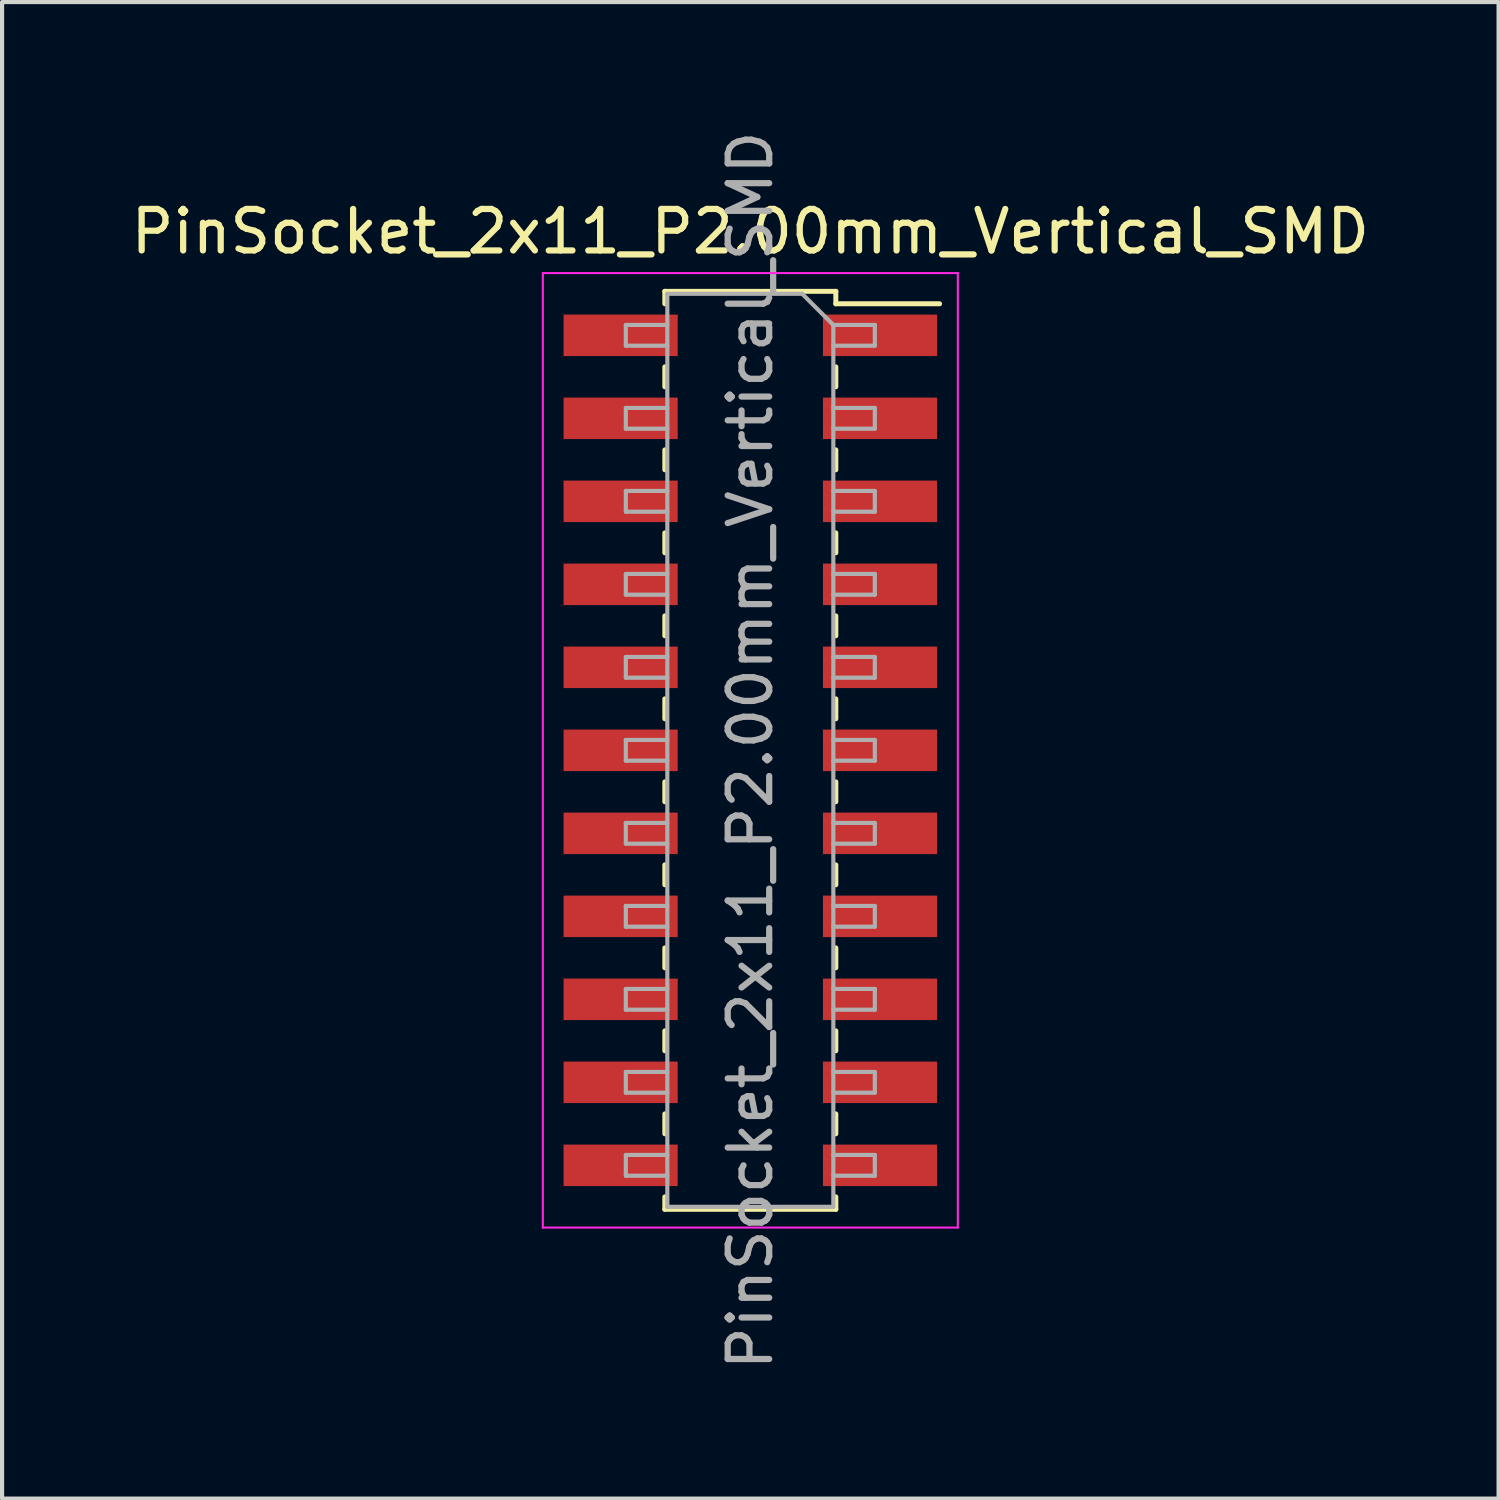
<source format=kicad_pcb>
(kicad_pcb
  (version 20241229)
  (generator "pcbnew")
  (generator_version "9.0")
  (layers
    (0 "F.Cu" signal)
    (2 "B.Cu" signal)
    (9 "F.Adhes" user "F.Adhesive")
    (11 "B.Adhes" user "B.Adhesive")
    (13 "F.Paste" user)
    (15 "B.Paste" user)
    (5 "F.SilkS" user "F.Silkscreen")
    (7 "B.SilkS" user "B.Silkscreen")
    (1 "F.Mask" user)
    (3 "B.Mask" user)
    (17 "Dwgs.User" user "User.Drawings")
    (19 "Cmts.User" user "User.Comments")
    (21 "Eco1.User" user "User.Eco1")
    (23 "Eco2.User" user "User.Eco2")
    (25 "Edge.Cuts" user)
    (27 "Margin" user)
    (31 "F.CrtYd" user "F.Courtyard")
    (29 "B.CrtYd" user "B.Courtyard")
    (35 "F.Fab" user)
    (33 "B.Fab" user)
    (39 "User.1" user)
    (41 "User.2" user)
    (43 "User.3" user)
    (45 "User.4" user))
  (footprint "PinSocket_2x11_P2.00mm_Vertical_SMD"
    (layer "F.Cu")
    (at 15.03 15.03)
    (property "Reference" "PinSocket_2x11_P2.00mm_Vertical_SMD" (at 0 -12.5 0) (layer "F.SilkS") (effects (font (size 1 1) (thickness 0.15))))
    (attr smd)
    (fp_line (start -2.06 -11.06) (end 2.06 -11.06) (stroke (width 0.12) (type solid)) (layer "F.SilkS"))
    (fp_line (start -2.06 -10.76) (end -2.06 -11.06) (stroke (width 0.12) (type solid)) (layer "F.SilkS"))
    (fp_line (start -2.06 -9.24) (end -2.06 -8.76) (stroke (width 0.12) (type solid)) (layer "F.SilkS"))
    (fp_line (start -2.06 -7.24) (end -2.06 -6.76) (stroke (width 0.12) (type solid)) (layer "F.SilkS"))
    (fp_line (start -2.06 -5.24) (end -2.06 -4.76) (stroke (width 0.12) (type solid)) (layer "F.SilkS"))
    (fp_line (start -2.06 -3.24) (end -2.06 -2.76) (stroke (width 0.12) (type solid)) (layer "F.SilkS"))
    (fp_line (start -2.06 -1.24) (end -2.06 -0.76) (stroke (width 0.12) (type solid)) (layer "F.SilkS"))
    (fp_line (start -2.06 0.76) (end -2.06 1.24) (stroke (width 0.12) (type solid)) (layer "F.SilkS"))
    (fp_line (start -2.06 2.76) (end -2.06 3.24) (stroke (width 0.12) (type solid)) (layer "F.SilkS"))
    (fp_line (start -2.06 4.76) (end -2.06 5.24) (stroke (width 0.12) (type solid)) (layer "F.SilkS"))
    (fp_line (start -2.06 6.76) (end -2.06 7.24) (stroke (width 0.12) (type solid)) (layer "F.SilkS"))
    (fp_line (start -2.06 8.76) (end -2.06 9.24) (stroke (width 0.12) (type solid)) (layer "F.SilkS"))
    (fp_line (start -2.06 11.06) (end -2.06 10.76) (stroke (width 0.12) (type solid)) (layer "F.SilkS"))
    (fp_line (start 2.06 -11.06) (end 2.06 -10.76) (stroke (width 0.12) (type solid)) (layer "F.SilkS"))
    (fp_line (start 2.06 -10.76) (end 4.56 -10.76) (stroke (width 0.12) (type solid)) (layer "F.SilkS"))
    (fp_line (start 2.06 -8.76) (end 2.06 -9.24) (stroke (width 0.12) (type solid)) (layer "F.SilkS"))
    (fp_line (start 2.06 -6.76) (end 2.06 -7.24) (stroke (width 0.12) (type solid)) (layer "F.SilkS"))
    (fp_line (start 2.06 -4.76) (end 2.06 -5.24) (stroke (width 0.12) (type solid)) (layer "F.SilkS"))
    (fp_line (start 2.06 -2.76) (end 2.06 -3.24) (stroke (width 0.12) (type solid)) (layer "F.SilkS"))
    (fp_line (start 2.06 -0.76) (end 2.06 -1.24) (stroke (width 0.12) (type solid)) (layer "F.SilkS"))
    (fp_line (start 2.06 1.24) (end 2.06 0.76) (stroke (width 0.12) (type solid)) (layer "F.SilkS"))
    (fp_line (start 2.06 3.24) (end 2.06 2.76) (stroke (width 0.12) (type solid)) (layer "F.SilkS"))
    (fp_line (start 2.06 5.24) (end 2.06 4.76) (stroke (width 0.12) (type solid)) (layer "F.SilkS"))
    (fp_line (start 2.06 7.24) (end 2.06 6.76) (stroke (width 0.12) (type solid)) (layer "F.SilkS"))
    (fp_line (start 2.06 9.24) (end 2.06 8.76) (stroke (width 0.12) (type solid)) (layer "F.SilkS"))
    (fp_line (start 2.06 10.76) (end 2.06 11.06) (stroke (width 0.12) (type solid)) (layer "F.SilkS"))
    (fp_line (start 2.06 11.06) (end -2.06 11.06) (stroke (width 0.12) (type solid)) (layer "F.SilkS"))
    (fp_line (start -5 -11.5) (end 5 -11.5) (stroke (width 0.05) (type solid)) (layer "F.CrtYd"))
    (fp_line (start -5 11.5) (end -5 -11.5) (stroke (width 0.05) (type solid)) (layer "F.CrtYd"))
    (fp_line (start 5 -11.5) (end 5 11.5) (stroke (width 0.05) (type solid)) (layer "F.CrtYd"))
    (fp_line (start 5 11.5) (end -5 11.5) (stroke (width 0.05) (type solid)) (layer "F.CrtYd"))
    (fp_line (start -3 -10.25) (end -2 -10.25) (stroke (width 0.1) (type solid)) (layer "F.Fab"))
    (fp_line (start -3 -9.75) (end -3 -10.25) (stroke (width 0.1) (type solid)) (layer "F.Fab"))
    (fp_line (start -3 -8.25) (end -2 -8.25) (stroke (width 0.1) (type solid)) (layer "F.Fab"))
    (fp_line (start -3 -7.75) (end -3 -8.25) (stroke (width 0.1) (type solid)) (layer "F.Fab"))
    (fp_line (start -3 -6.25) (end -2 -6.25) (stroke (width 0.1) (type solid)) (layer "F.Fab"))
    (fp_line (start -3 -5.75) (end -3 -6.25) (stroke (width 0.1) (type solid)) (layer "F.Fab"))
    (fp_line (start -3 -4.25) (end -2 -4.25) (stroke (width 0.1) (type solid)) (layer "F.Fab"))
    (fp_line (start -3 -3.75) (end -3 -4.25) (stroke (width 0.1) (type solid)) (layer "F.Fab"))
    (fp_line (start -3 -2.25) (end -2 -2.25) (stroke (width 0.1) (type solid)) (layer "F.Fab"))
    (fp_line (start -3 -1.75) (end -3 -2.25) (stroke (width 0.1) (type solid)) (layer "F.Fab"))
    (fp_line (start -3 -0.25) (end -2 -0.25) (stroke (width 0.1) (type solid)) (layer "F.Fab"))
    (fp_line (start -3 0.25) (end -3 -0.25) (stroke (width 0.1) (type solid)) (layer "F.Fab"))
    (fp_line (start -3 1.75) (end -2 1.75) (stroke (width 0.1) (type solid)) (layer "F.Fab"))
    (fp_line (start -3 2.25) (end -3 1.75) (stroke (width 0.1) (type solid)) (layer "F.Fab"))
    (fp_line (start -3 3.75) (end -2 3.75) (stroke (width 0.1) (type solid)) (layer "F.Fab"))
    (fp_line (start -3 4.25) (end -3 3.75) (stroke (width 0.1) (type solid)) (layer "F.Fab"))
    (fp_line (start -3 5.75) (end -2 5.75) (stroke (width 0.1) (type solid)) (layer "F.Fab"))
    (fp_line (start -3 6.25) (end -3 5.75) (stroke (width 0.1) (type solid)) (layer "F.Fab"))
    (fp_line (start -3 7.75) (end -2 7.75) (stroke (width 0.1) (type solid)) (layer "F.Fab"))
    (fp_line (start -3 8.25) (end -3 7.75) (stroke (width 0.1) (type solid)) (layer "F.Fab"))
    (fp_line (start -3 9.75) (end -2 9.75) (stroke (width 0.1) (type solid)) (layer "F.Fab"))
    (fp_line (start -3 10.25) (end -3 9.75) (stroke (width 0.1) (type solid)) (layer "F.Fab"))
    (fp_line (start -2 -11) (end 1.25 -11) (stroke (width 0.1) (type solid)) (layer "F.Fab"))
    (fp_line (start -2 -9.75) (end -3 -9.75) (stroke (width 0.1) (type solid)) (layer "F.Fab"))
    (fp_line (start -2 -7.75) (end -3 -7.75) (stroke (width 0.1) (type solid)) (layer "F.Fab"))
    (fp_line (start -2 -5.75) (end -3 -5.75) (stroke (width 0.1) (type solid)) (layer "F.Fab"))
    (fp_line (start -2 -3.75) (end -3 -3.75) (stroke (width 0.1) (type solid)) (layer "F.Fab"))
    (fp_line (start -2 -1.75) (end -3 -1.75) (stroke (width 0.1) (type solid)) (layer "F.Fab"))
    (fp_line (start -2 0.25) (end -3 0.25) (stroke (width 0.1) (type solid)) (layer "F.Fab"))
    (fp_line (start -2 2.25) (end -3 2.25) (stroke (width 0.1) (type solid)) (layer "F.Fab"))
    (fp_line (start -2 4.25) (end -3 4.25) (stroke (width 0.1) (type solid)) (layer "F.Fab"))
    (fp_line (start -2 6.25) (end -3 6.25) (stroke (width 0.1) (type solid)) (layer "F.Fab"))
    (fp_line (start -2 8.25) (end -3 8.25) (stroke (width 0.1) (type solid)) (layer "F.Fab"))
    (fp_line (start -2 10.25) (end -3 10.25) (stroke (width 0.1) (type solid)) (layer "F.Fab"))
    (fp_line (start -2 11) (end -2 -11) (stroke (width 0.1) (type solid)) (layer "F.Fab"))
    (fp_line (start 1.25 -11) (end 2 -10.25) (stroke (width 0.1) (type solid)) (layer "F.Fab"))
    (fp_line (start 2 -10.25) (end 2 11) (stroke (width 0.1) (type solid)) (layer "F.Fab"))
    (fp_line (start 2 -10.25) (end 3 -10.25) (stroke (width 0.1) (type solid)) (layer "F.Fab"))
    (fp_line (start 2 -8.25) (end 3 -8.25) (stroke (width 0.1) (type solid)) (layer "F.Fab"))
    (fp_line (start 2 -6.25) (end 3 -6.25) (stroke (width 0.1) (type solid)) (layer "F.Fab"))
    (fp_line (start 2 -4.25) (end 3 -4.25) (stroke (width 0.1) (type solid)) (layer "F.Fab"))
    (fp_line (start 2 -2.25) (end 3 -2.25) (stroke (width 0.1) (type solid)) (layer "F.Fab"))
    (fp_line (start 2 -0.25) (end 3 -0.25) (stroke (width 0.1) (type solid)) (layer "F.Fab"))
    (fp_line (start 2 1.75) (end 3 1.75) (stroke (width 0.1) (type solid)) (layer "F.Fab"))
    (fp_line (start 2 3.75) (end 3 3.75) (stroke (width 0.1) (type solid)) (layer "F.Fab"))
    (fp_line (start 2 5.75) (end 3 5.75) (stroke (width 0.1) (type solid)) (layer "F.Fab"))
    (fp_line (start 2 7.75) (end 3 7.75) (stroke (width 0.1) (type solid)) (layer "F.Fab"))
    (fp_line (start 2 9.75) (end 3 9.75) (stroke (width 0.1) (type solid)) (layer "F.Fab"))
    (fp_line (start 2 11) (end -2 11) (stroke (width 0.1) (type solid)) (layer "F.Fab"))
    (fp_line (start 3 -10.25) (end 3 -9.75) (stroke (width 0.1) (type solid)) (layer "F.Fab"))
    (fp_line (start 3 -9.75) (end 2 -9.75) (stroke (width 0.1) (type solid)) (layer "F.Fab"))
    (fp_line (start 3 -8.25) (end 3 -7.75) (stroke (width 0.1) (type solid)) (layer "F.Fab"))
    (fp_line (start 3 -7.75) (end 2 -7.75) (stroke (width 0.1) (type solid)) (layer "F.Fab"))
    (fp_line (start 3 -6.25) (end 3 -5.75) (stroke (width 0.1) (type solid)) (layer "F.Fab"))
    (fp_line (start 3 -5.75) (end 2 -5.75) (stroke (width 0.1) (type solid)) (layer "F.Fab"))
    (fp_line (start 3 -4.25) (end 3 -3.75) (stroke (width 0.1) (type solid)) (layer "F.Fab"))
    (fp_line (start 3 -3.75) (end 2 -3.75) (stroke (width 0.1) (type solid)) (layer "F.Fab"))
    (fp_line (start 3 -2.25) (end 3 -1.75) (stroke (width 0.1) (type solid)) (layer "F.Fab"))
    (fp_line (start 3 -1.75) (end 2 -1.75) (stroke (width 0.1) (type solid)) (layer "F.Fab"))
    (fp_line (start 3 -0.25) (end 3 0.25) (stroke (width 0.1) (type solid)) (layer "F.Fab"))
    (fp_line (start 3 0.25) (end 2 0.25) (stroke (width 0.1) (type solid)) (layer "F.Fab"))
    (fp_line (start 3 1.75) (end 3 2.25) (stroke (width 0.1) (type solid)) (layer "F.Fab"))
    (fp_line (start 3 2.25) (end 2 2.25) (stroke (width 0.1) (type solid)) (layer "F.Fab"))
    (fp_line (start 3 3.75) (end 3 4.25) (stroke (width 0.1) (type solid)) (layer "F.Fab"))
    (fp_line (start 3 4.25) (end 2 4.25) (stroke (width 0.1) (type solid)) (layer "F.Fab"))
    (fp_line (start 3 5.75) (end 3 6.25) (stroke (width 0.1) (type solid)) (layer "F.Fab"))
    (fp_line (start 3 6.25) (end 2 6.25) (stroke (width 0.1) (type solid)) (layer "F.Fab"))
    (fp_line (start 3 7.75) (end 3 8.25) (stroke (width 0.1) (type solid)) (layer "F.Fab"))
    (fp_line (start 3 8.25) (end 2 8.25) (stroke (width 0.1) (type solid)) (layer "F.Fab"))
    (fp_line (start 3 9.75) (end 3 10.25) (stroke (width 0.1) (type solid)) (layer "F.Fab"))
    (fp_line (start 3 10.25) (end 2 10.25) (stroke (width 0.1) (type solid)) (layer "F.Fab"))
    (fp_text user "${REFERENCE}" (at 0 0 90) (layer "F.Fab") (effects (font (size 1 1) (thickness 0.15))))
    (pad "1" smd rect (at 3.125 -10) (size 2.75 1) (layers "F.Cu" "F.Mask" "F.Paste"))
    (pad "2" smd rect (at -3.125 -10) (size 2.75 1) (layers "F.Cu" "F.Mask" "F.Paste"))
    (pad "3" smd rect (at 3.125 -8) (size 2.75 1) (layers "F.Cu" "F.Mask" "F.Paste"))
    (pad "4" smd rect (at -3.125 -8) (size 2.75 1) (layers "F.Cu" "F.Mask" "F.Paste"))
    (pad "5" smd rect (at 3.125 -6) (size 2.75 1) (layers "F.Cu" "F.Mask" "F.Paste"))
    (pad "6" smd rect (at -3.125 -6) (size 2.75 1) (layers "F.Cu" "F.Mask" "F.Paste"))
    (pad "7" smd rect (at 3.125 -4) (size 2.75 1) (layers "F.Cu" "F.Mask" "F.Paste"))
    (pad "8" smd rect (at -3.125 -4) (size 2.75 1) (layers "F.Cu" "F.Mask" "F.Paste"))
    (pad "9" smd rect (at 3.125 -2) (size 2.75 1) (layers "F.Cu" "F.Mask" "F.Paste"))
    (pad "10" smd rect (at -3.125 -2) (size 2.75 1) (layers "F.Cu" "F.Mask" "F.Paste"))
    (pad "11" smd rect (at 3.125 0) (size 2.75 1) (layers "F.Cu" "F.Mask" "F.Paste"))
    (pad "12" smd rect (at -3.125 0) (size 2.75 1) (layers "F.Cu" "F.Mask" "F.Paste"))
    (pad "13" smd rect (at 3.125 2) (size 2.75 1) (layers "F.Cu" "F.Mask" "F.Paste"))
    (pad "14" smd rect (at -3.125 2) (size 2.75 1) (layers "F.Cu" "F.Mask" "F.Paste"))
    (pad "15" smd rect (at 3.125 4) (size 2.75 1) (layers "F.Cu" "F.Mask" "F.Paste"))
    (pad "16" smd rect (at -3.125 4) (size 2.75 1) (layers "F.Cu" "F.Mask" "F.Paste"))
    (pad "17" smd rect (at 3.125 6) (size 2.75 1) (layers "F.Cu" "F.Mask" "F.Paste"))
    (pad "18" smd rect (at -3.125 6) (size 2.75 1) (layers "F.Cu" "F.Mask" "F.Paste"))
    (pad "19" smd rect (at 3.125 8) (size 2.75 1) (layers "F.Cu" "F.Mask" "F.Paste"))
    (pad "20" smd rect (at -3.125 8) (size 2.75 1) (layers "F.Cu" "F.Mask" "F.Paste"))
    (pad "21" smd rect (at 3.125 10) (size 2.75 1) (layers "F.Cu" "F.Mask" "F.Paste"))
    (pad "22" smd rect (at -3.125 10) (size 2.75 1) (layers "F.Cu" "F.Mask" "F.Paste")))
  (gr_rect
    (start -3 -3)
    (end 33.06 33.06)
    (stroke (width 0.1) (type default))
    (fill no)
    (layer "Edge.Cuts")))
</source>
